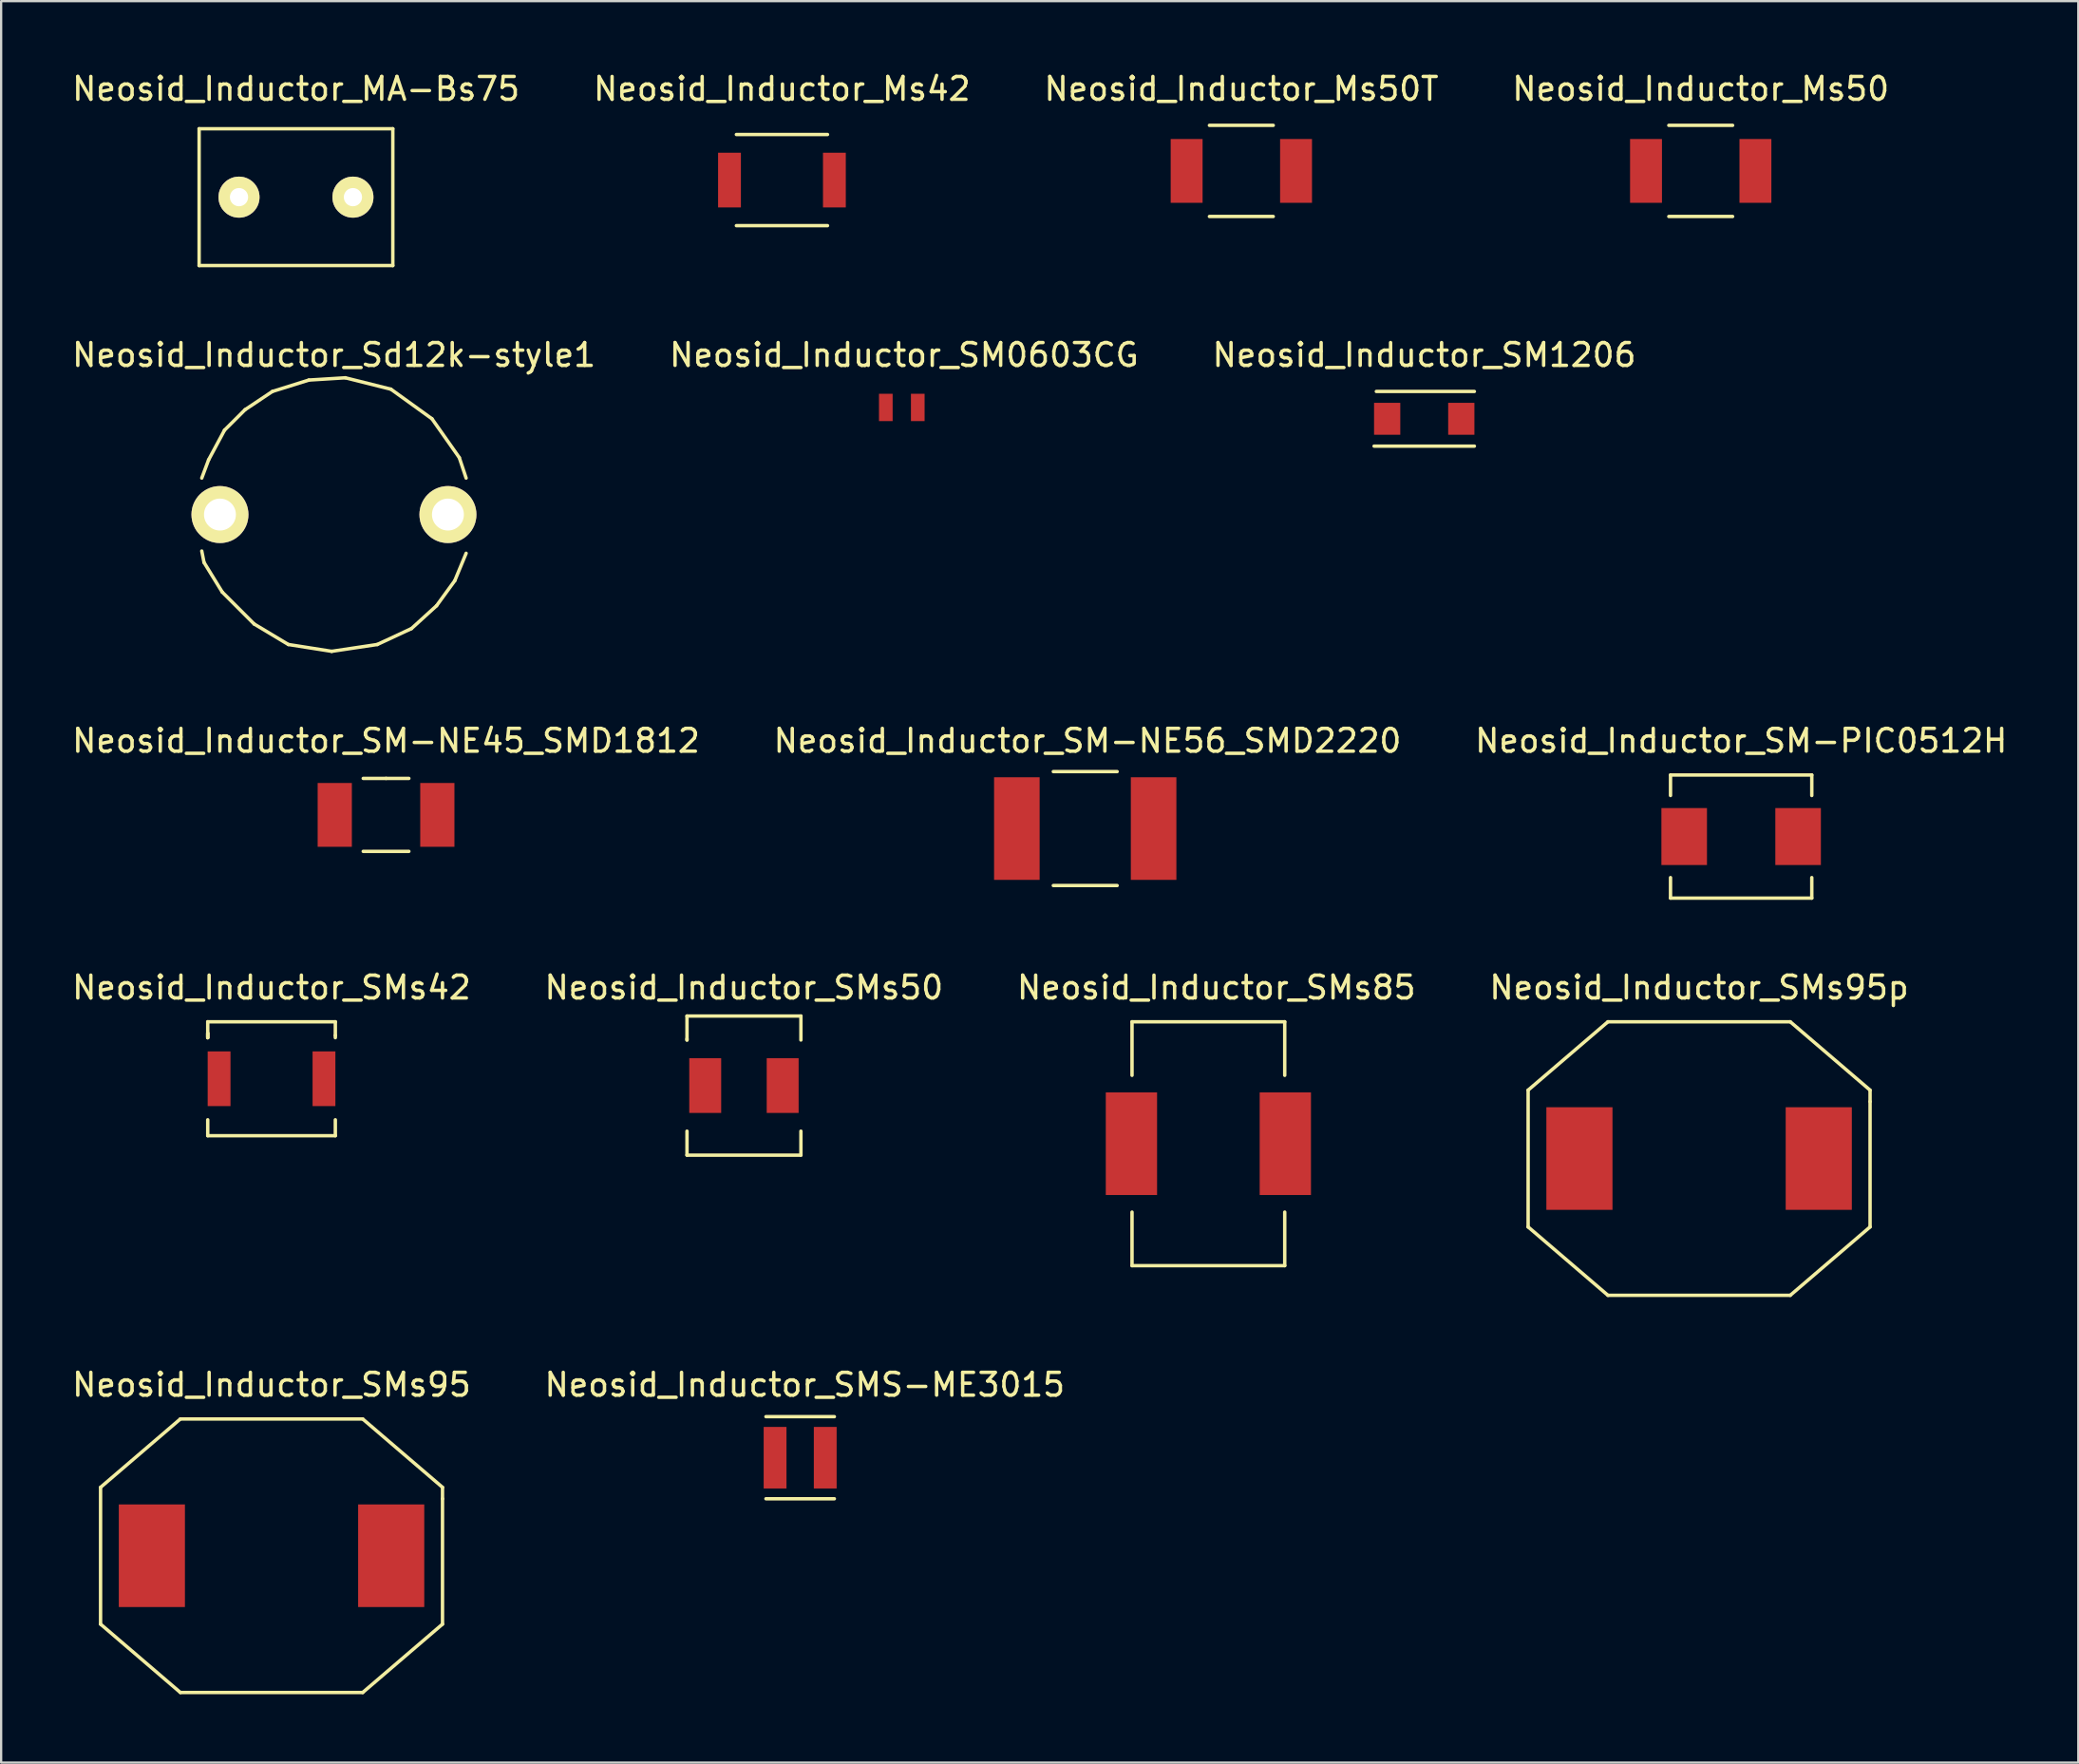
<source format=kicad_pcb>
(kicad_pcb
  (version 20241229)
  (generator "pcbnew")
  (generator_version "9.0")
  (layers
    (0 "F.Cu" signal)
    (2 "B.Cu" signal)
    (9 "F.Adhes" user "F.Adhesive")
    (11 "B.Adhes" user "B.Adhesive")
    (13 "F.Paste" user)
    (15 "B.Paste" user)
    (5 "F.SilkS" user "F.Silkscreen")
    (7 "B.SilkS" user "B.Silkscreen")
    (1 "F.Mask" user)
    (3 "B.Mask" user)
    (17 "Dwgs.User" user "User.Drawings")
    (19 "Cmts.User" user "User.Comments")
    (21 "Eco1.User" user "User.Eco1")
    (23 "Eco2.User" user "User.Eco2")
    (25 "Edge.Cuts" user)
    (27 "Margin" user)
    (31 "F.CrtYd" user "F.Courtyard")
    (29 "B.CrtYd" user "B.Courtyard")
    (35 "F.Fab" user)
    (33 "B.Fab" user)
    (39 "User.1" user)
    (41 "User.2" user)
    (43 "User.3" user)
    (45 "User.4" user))
  (footprint "Neosid_Inductor_SMs42"
    (layer "F.Cu")
    (at 8.863 44.269)
    (property "Reference" "Neosid_Inductor_SMs42" (at 0 -4 0) (layer "F.SilkS") (effects (font (size 1 1) (thickness 0.15))))
    (attr smd)
    (fp_line (start -2.799 -2.499) (end -2.799 -1.801) (stroke (width 0.15) (type solid)) (layer "F.SilkS"))
    (fp_line (start -2.799 -1.999) (end -2.799 -1.801) (stroke (width 0.15) (type solid)) (layer "F.SilkS"))
    (fp_line (start -2.799 -1.801) (end -2.799 -1.999) (stroke (width 0.15) (type solid)) (layer "F.SilkS"))
    (fp_line (start -2.799 2.499) (end -2.799 1.801) (stroke (width 0.15) (type solid)) (layer "F.SilkS"))
    (fp_line (start 2.799 -2.499) (end -2.799 -2.499) (stroke (width 0.15) (type solid)) (layer "F.SilkS"))
    (fp_line (start 2.799 -2.499) (end 2.799 -1.9) (stroke (width 0.15) (type solid)) (layer "F.SilkS"))
    (fp_line (start 2.799 -1.9) (end 2.799 -1.801) (stroke (width 0.15) (type solid)) (layer "F.SilkS"))
    (fp_line (start 2.799 1.801) (end 2.799 2.499) (stroke (width 0.15) (type solid)) (layer "F.SilkS"))
    (fp_line (start 2.799 2.499) (end -2.799 2.499) (stroke (width 0.15) (type solid)) (layer "F.SilkS"))
    (pad "1" smd rect (at -2.301 0) (size 1.001 2.4) (layers "F.Cu" "F.Mask" "F.Paste"))
    (pad "2" smd rect (at 2.301 0) (size 1.001 2.4) (layers "F.Cu" "F.Mask" "F.Paste")))
  (footprint "Neosid_Inductor_Ms42"
    (layer "F.Cu")
    (at 31.256 4.849)
    (property "Reference" "Neosid_Inductor_Ms42" (at 0 -4 0) (layer "F.SilkS") (effects (font (size 1 1) (thickness 0.15))))
    (attr smd)
    (fp_line (start 1.999 -1.999) (end -1.999 -1.999) (stroke (width 0.15) (type solid)) (layer "F.SilkS"))
    (fp_line (start 1.999 1.999) (end -1.999 1.999) (stroke (width 0.15) (type solid)) (layer "F.SilkS"))
    (pad "1" smd rect (at -2.301 0) (size 1.001 2.4) (layers "F.Cu" "F.Mask" "F.Paste"))
    (pad "2" smd rect (at 2.301 0) (size 1.001 2.4) (layers "F.Cu" "F.Mask" "F.Paste")))
  (footprint "Neosid_Inductor_SM-PIC0512H"
    (layer "F.Cu")
    (at 73.339 33.645)
    (property "Reference" "Neosid_Inductor_SM-PIC0512H" (at 0 -4.201 0) (layer "F.SilkS") (effects (font (size 1 1) (thickness 0.15))))
    (attr smd)
    (fp_line (start -3.099 -2.7) (end -3.099 -1.801) (stroke (width 0.15) (type solid)) (layer "F.SilkS"))
    (fp_line (start -3.099 2.7) (end -3.099 1.801) (stroke (width 0.15) (type solid)) (layer "F.SilkS"))
    (fp_line (start 3.099 -2.7) (end -3.099 -2.7) (stroke (width 0.15) (type solid)) (layer "F.SilkS"))
    (fp_line (start 3.099 -2.7) (end 3.099 -1.801) (stroke (width 0.15) (type solid)) (layer "F.SilkS"))
    (fp_line (start 3.099 1.801) (end 3.099 2.7) (stroke (width 0.15) (type solid)) (layer "F.SilkS"))
    (fp_line (start 3.099 2.7) (end -3.099 2.7) (stroke (width 0.15) (type solid)) (layer "F.SilkS"))
    (pad "1" smd rect (at -2.499 0 180) (size 1.999 2.499) (layers "F.Cu" "F.Mask" "F.Paste"))
    (pad "2" smd rect (at 2.499 0 180) (size 1.999 2.499) (layers "F.Cu" "F.Mask" "F.Paste")))
  (footprint "Neosid_Inductor_MA-Bs75"
    (layer "F.Cu")
    (at 9.935 5.598)
    (property "Reference" "Neosid_Inductor_MA-Bs75" (at 0 -4.75 0) (layer "F.SilkS") (effects (font (size 1 1) (thickness 0.15))))
    (attr through_hole)
    (fp_line (start -4.249 -3) (end -4.249 3) (stroke (width 0.15) (type solid)) (layer "F.SilkS"))
    (fp_line (start -4.249 3) (end 4.249 3) (stroke (width 0.15) (type solid)) (layer "F.SilkS"))
    (fp_line (start 4.249 -3) (end -4.249 -3) (stroke (width 0.15) (type solid)) (layer "F.SilkS"))
    (fp_line (start 4.249 3) (end 4.249 -3) (stroke (width 0.15) (type solid)) (layer "F.SilkS"))
    (pad "1" thru_hole circle (at -2.499 0 180) (size 1.801 1.801) (drill 0.8) (layers "*.Cu" "*.Mask" "F.SilkS"))
    (pad "2" thru_hole circle (at 2.499 0 180) (size 1.801 1.801) (drill 0.8) (layers "*.Cu" "*.Mask" "F.SilkS")))
  (footprint "Neosid_Inductor_SMs50"
    (layer "F.Cu")
    (at 29.589 44.569)
    (property "Reference" "Neosid_Inductor_SMs50" (at 0 -4.3 0) (layer "F.SilkS") (effects (font (size 1 1) (thickness 0.15))))
    (attr smd)
    (fp_line (start -2.499 -3.051) (end -2.499 -1.999) (stroke (width 0.15) (type solid)) (layer "F.SilkS"))
    (fp_line (start -2.499 -1.999) (end -2.499 -2.05) (stroke (width 0.15) (type solid)) (layer "F.SilkS"))
    (fp_line (start -2.499 1.999) (end -2.499 3.051) (stroke (width 0.15) (type solid)) (layer "F.SilkS"))
    (fp_line (start -2.499 3.051) (end 2.499 3.051) (stroke (width 0.15) (type solid)) (layer "F.SilkS"))
    (fp_line (start 2.499 -3.051) (end -2.499 -3.051) (stroke (width 0.15) (type solid)) (layer "F.SilkS"))
    (fp_line (start 2.499 -3.051) (end 2.499 -1.999) (stroke (width 0.15) (type solid)) (layer "F.SilkS"))
    (fp_line (start 2.499 3.051) (end 2.499 1.999) (stroke (width 0.15) (type solid)) (layer "F.SilkS"))
    (pad "1" smd rect (at -1.699 0) (size 1.4 2.4) (layers "F.Cu" "F.Mask" "F.Paste"))
    (pad "2" smd rect (at 1.699 0) (size 1.4 2.4) (layers "F.Cu" "F.Mask" "F.Paste")))
  (footprint "Neosid_Inductor_SMs95"
    (layer "F.Cu")
    (at 8.863 65.192)
    (property "Reference" "Neosid_Inductor_SMs95" (at 0 -7.501 0) (layer "F.SilkS") (effects (font (size 1 1) (thickness 0.15))))
    (attr smd)
    (fp_line (start -7.501 -3) (end -7.501 3) (stroke (width 0.15) (type solid)) (layer "F.SilkS"))
    (fp_line (start -7.501 3) (end -4 5.999) (stroke (width 0.15) (type solid)) (layer "F.SilkS"))
    (fp_line (start -4 -5.999) (end -7.501 -3) (stroke (width 0.15) (type solid)) (layer "F.SilkS"))
    (fp_line (start -4 5.999) (end 4 5.999) (stroke (width 0.15) (type solid)) (layer "F.SilkS"))
    (fp_line (start 4 -5.999) (end -4 -5.999) (stroke (width 0.15) (type solid)) (layer "F.SilkS"))
    (fp_line (start 4 5.999) (end 7.501 3) (stroke (width 0.15) (type solid)) (layer "F.SilkS"))
    (fp_line (start 7.501 -3) (end 4 -5.999) (stroke (width 0.15) (type solid)) (layer "F.SilkS"))
    (fp_line (start 7.501 -2.499) (end 7.501 -3) (stroke (width 0.15) (type solid)) (layer "F.SilkS"))
    (fp_line (start 7.501 3) (end 7.501 -2.499) (stroke (width 0.15) (type solid)) (layer "F.SilkS"))
    (pad "1" smd rect (at -5.25 0) (size 2.901 4.501) (layers "F.Cu" "F.Mask" "F.Paste"))
    (pad "2" smd rect (at 5.25 0) (size 2.901 4.501) (layers "F.Cu" "F.Mask" "F.Paste")))
  (footprint "Neosid_Inductor_Ms50T"
    (layer "F.Cu")
    (at 51.411 4.447)
    (property "Reference" "Neosid_Inductor_Ms50T" (at 0 -3.599 0) (layer "F.SilkS") (effects (font (size 1 1) (thickness 0.15))))
    (attr smd)
    (fp_line (start -1.4 1.999) (end 1.4 1.999) (stroke (width 0.15) (type solid)) (layer "F.SilkS"))
    (fp_line (start 1.4 -1.999) (end -1.4 -1.999) (stroke (width 0.15) (type solid)) (layer "F.SilkS"))
    (pad "1" smd rect (at -2.4 0) (size 1.4 2.799) (layers "F.Cu" "F.Mask" "F.Paste"))
    (pad "2" smd rect (at 2.4 0) (size 1.4 2.799) (layers "F.Cu" "F.Mask" "F.Paste")))
  (footprint "Neosid_Inductor_Ms50"
    (layer "F.Cu")
    (at 71.565 4.447)
    (property "Reference" "Neosid_Inductor_Ms50" (at 0 -3.599 0) (layer "F.SilkS") (effects (font (size 1 1) (thickness 0.15))))
    (attr smd)
    (fp_line (start -1.4 1.999) (end 1.4 1.999) (stroke (width 0.15) (type solid)) (layer "F.SilkS"))
    (fp_line (start 1.4 -1.999) (end -1.4 -1.999) (stroke (width 0.15) (type solid)) (layer "F.SilkS"))
    (pad "1" smd rect (at -2.4 0) (size 1.4 2.799) (layers "F.Cu" "F.Mask" "F.Paste"))
    (pad "2" smd rect (at 2.4 0) (size 1.4 2.799) (layers "F.Cu" "F.Mask" "F.Paste")))
  (footprint "Neosid_Inductor_SMs85"
    (layer "F.Cu")
    (at 49.965 47.119)
    (property "Reference" "Neosid_Inductor_SMs85" (at 0.351 -6.85 0) (layer "F.SilkS") (effects (font (size 1 1) (thickness 0.15))))
    (attr smd)
    (fp_line (start -3.35 -5.349) (end -3.35 -3) (stroke (width 0.15) (type solid)) (layer "F.SilkS"))
    (fp_line (start -3.35 5.349) (end -3.35 3) (stroke (width 0.15) (type solid)) (layer "F.SilkS"))
    (fp_line (start 3.35 -5.349) (end -3.35 -5.349) (stroke (width 0.15) (type solid)) (layer "F.SilkS"))
    (fp_line (start 3.35 -5.349) (end 3.35 -3) (stroke (width 0.15) (type solid)) (layer "F.SilkS"))
    (fp_line (start 3.35 3) (end 3.35 5.349) (stroke (width 0.15) (type solid)) (layer "F.SilkS"))
    (fp_line (start 3.35 5.349) (end -3.35 5.349) (stroke (width 0.15) (type solid)) (layer "F.SilkS"))
    (pad "1" smd rect (at -3.376 0) (size 2.25 4.501) (layers "F.Cu" "F.Mask" "F.Paste"))
    (pad "2" smd rect (at 3.376 0) (size 2.25 4.501) (layers "F.Cu" "F.Mask" "F.Paste")))
  (footprint "Neosid_Inductor_SM-NE56_SMD2220"
    (layer "F.Cu")
    (at 44.562 33.295)
    (property "Reference" "Neosid_Inductor_SM-NE56_SMD2220" (at 0.099 -3.851 0) (layer "F.SilkS") (effects (font (size 1 1) (thickness 0.15))))
    (attr smd)
    (fp_line (start 1.4 -2.499) (end -1.4 -2.499) (stroke (width 0.15) (type solid)) (layer "F.SilkS"))
    (fp_line (start 1.4 2.499) (end -1.4 2.499) (stroke (width 0.15) (type solid)) (layer "F.SilkS"))
    (pad "1" smd rect (at -3 0) (size 1.999 4.501) (layers "F.Cu" "F.Mask" "F.Paste"))
    (pad "2" smd rect (at 3 0) (size 1.999 4.501) (layers "F.Cu" "F.Mask" "F.Paste")))
  (footprint "Neosid_Inductor_SMS-ME3015"
    (layer "F.Cu")
    (at 32.055 60.892)
    (property "Reference" "Neosid_Inductor_SMS-ME3015" (at 0.201 -3.2 0) (layer "F.SilkS") (effects (font (size 1 1) (thickness 0.15))))
    (attr smd)
    (fp_line (start 1.501 -1.801) (end -1.501 -1.801) (stroke (width 0.15) (type solid)) (layer "F.SilkS"))
    (fp_line (start 1.501 1.801) (end -1.501 1.801) (stroke (width 0.15) (type solid)) (layer "F.SilkS"))
    (pad "1" smd rect (at -1.1 0) (size 1.001 2.7) (layers "F.Cu" "F.Mask" "F.Paste"))
    (pad "2" smd rect (at 1.1 0) (size 1.001 2.7) (layers "F.Cu" "F.Mask" "F.Paste")))
  (footprint "Neosid_Inductor_SM-NE45_SMD1812"
    (layer "F.Cu")
    (at 13.887 32.695)
    (property "Reference" "Neosid_Inductor_SM-NE45_SMD1812" (at 0 -3.251 0) (layer "F.SilkS") (effects (font (size 1 1) (thickness 0.15))))
    (attr smd)
    (fp_line (start -1.001 1.6) (end 1.001 1.6) (stroke (width 0.15) (type solid)) (layer "F.SilkS"))
    (fp_line (start 0 -1.6) (end -1.001 -1.6) (stroke (width 0.15) (type solid)) (layer "F.SilkS"))
    (fp_line (start 0 -1.6) (end 1.001 -1.6) (stroke (width 0.15) (type solid)) (layer "F.SilkS"))
    (pad "1" smd rect (at -2.25 0) (size 1.501 2.799) (layers "F.Cu" "F.Mask" "F.Paste"))
    (pad "2" smd rect (at 2.25 0) (size 1.501 2.799) (layers "F.Cu" "F.Mask" "F.Paste")))
  (footprint "Neosid_Inductor_SM0603CG"
    (layer "F.Cu")
    (at 36.514 14.822)
    (property "Reference" "Neosid_Inductor_SM0603CG" (at 0.099 -2.301 0) (layer "F.SilkS") (effects (font (size 1 1) (thickness 0.15))))
    (attr smd)
    (pad "1" smd rect (at -0.701 0) (size 0.599 1.199) (layers "F.Cu" "F.Mask" "F.Paste"))
    (pad "2" smd rect (at 0.701 0) (size 0.599 1.199) (layers "F.Cu" "F.Mask" "F.Paste")))
  (footprint "Neosid_Inductor_SMs95p"
    (layer "F.Cu")
    (at 71.494 47.769)
    (property "Reference" "Neosid_Inductor_SMs95p" (at 0 -7.501 0) (layer "F.SilkS") (effects (font (size 1 1) (thickness 0.15))))
    (attr smd)
    (fp_line (start -7.501 -3) (end -7.501 3) (stroke (width 0.15) (type solid)) (layer "F.SilkS"))
    (fp_line (start -7.501 3) (end -4 5.999) (stroke (width 0.15) (type solid)) (layer "F.SilkS"))
    (fp_line (start -4 -5.999) (end -7.501 -3) (stroke (width 0.15) (type solid)) (layer "F.SilkS"))
    (fp_line (start -4 5.999) (end 4 5.999) (stroke (width 0.15) (type solid)) (layer "F.SilkS"))
    (fp_line (start 4 -5.999) (end -4 -5.999) (stroke (width 0.15) (type solid)) (layer "F.SilkS"))
    (fp_line (start 4 5.999) (end 7.501 3) (stroke (width 0.15) (type solid)) (layer "F.SilkS"))
    (fp_line (start 7.501 -3) (end 4 -5.999) (stroke (width 0.15) (type solid)) (layer "F.SilkS"))
    (fp_line (start 7.501 -2.499) (end 7.501 -3) (stroke (width 0.15) (type solid)) (layer "F.SilkS"))
    (fp_line (start 7.501 3) (end 7.501 -2.499) (stroke (width 0.15) (type solid)) (layer "F.SilkS"))
    (pad "1" smd rect (at -5.25 0) (size 2.901 4.501) (layers "F.Cu" "F.Mask" "F.Paste"))
    (pad "2" smd rect (at 5.25 0) (size 2.901 4.501) (layers "F.Cu" "F.Mask" "F.Paste")))
  (footprint "Neosid_Inductor_SM1206"
    (layer "F.Cu")
    (at 59.435 15.32)
    (property "Reference" "Neosid_Inductor_SM1206" (at 0 -2.799 0) (layer "F.SilkS") (effects (font (size 1 1) (thickness 0.15))))
    (attr smd)
    (fp_line (start 2.2 -1.199) (end -2.101 -1.199) (stroke (width 0.15) (type solid)) (layer "F.SilkS"))
    (fp_line (start 2.2 1.199) (end -2.2 1.199) (stroke (width 0.15) (type solid)) (layer "F.SilkS"))
    (pad "1" smd rect (at -1.626 0) (size 1.151 1.4) (layers "F.Cu" "F.Mask" "F.Paste"))
    (pad "2" smd rect (at 1.626 0) (size 1.151 1.4) (layers "F.Cu" "F.Mask" "F.Paste")))
  (footprint "Neosid_Inductor_Sd12k-style1"
    (layer "F.Cu")
    (at 11.601 19.521)
    (property "Reference" "Neosid_Inductor_Sd12k-style1" (at 0 -7 0) (layer "F.SilkS") (effects (font (size 1 1) (thickness 0.15))))
    (attr through_hole)
    (fp_line (start -5.799 -1.6) (end -5.499 -2.4) (stroke (width 0.15) (type solid)) (layer "F.SilkS"))
    (fp_line (start -5.7 2.101) (end -5.799 1.6) (stroke (width 0.15) (type solid)) (layer "F.SilkS"))
    (fp_line (start -5.499 -2.4) (end -4.801 -3.701) (stroke (width 0.15) (type solid)) (layer "F.SilkS"))
    (fp_line (start -4.9 3.401) (end -5.7 2.101) (stroke (width 0.15) (type solid)) (layer "F.SilkS"))
    (fp_line (start -4.801 -3.701) (end -3.899 -4.6) (stroke (width 0.15) (type solid)) (layer "F.SilkS"))
    (fp_line (start -3.899 -4.6) (end -2.7 -5.4) (stroke (width 0.15) (type solid)) (layer "F.SilkS"))
    (fp_line (start -3.5 4.801) (end -4.9 3.401) (stroke (width 0.15) (type solid)) (layer "F.SilkS"))
    (fp_line (start -2.7 -5.4) (end -1.1 -5.9) (stroke (width 0.15) (type solid)) (layer "F.SilkS"))
    (fp_line (start -1.999 5.7) (end -3.5 4.801) (stroke (width 0.15) (type solid)) (layer "F.SilkS"))
    (fp_line (start -1.1 -5.9) (end 0.5 -5.999) (stroke (width 0.15) (type solid)) (layer "F.SilkS"))
    (fp_line (start -0.099 5.999) (end -1.999 5.7) (stroke (width 0.15) (type solid)) (layer "F.SilkS"))
    (fp_line (start 0.5 -5.999) (end 2.499 -5.499) (stroke (width 0.15) (type solid)) (layer "F.SilkS"))
    (fp_line (start 1.9 5.7) (end -0.099 5.999) (stroke (width 0.15) (type solid)) (layer "F.SilkS"))
    (fp_line (start 2.499 -5.499) (end 4.3 -4.201) (stroke (width 0.15) (type solid)) (layer "F.SilkS"))
    (fp_line (start 3.401 5.001) (end 1.9 5.7) (stroke (width 0.15) (type solid)) (layer "F.SilkS"))
    (fp_line (start 4.3 -4.201) (end 5.499 -2.499) (stroke (width 0.15) (type solid)) (layer "F.SilkS"))
    (fp_line (start 4.501 4) (end 3.401 5.001) (stroke (width 0.15) (type solid)) (layer "F.SilkS"))
    (fp_line (start 5.301 2.901) (end 4.501 4) (stroke (width 0.15) (type solid)) (layer "F.SilkS"))
    (fp_line (start 5.499 -2.499) (end 5.799 -1.6) (stroke (width 0.15) (type solid)) (layer "F.SilkS"))
    (fp_line (start 5.799 1.699) (end 5.301 2.901) (stroke (width 0.15) (type solid)) (layer "F.SilkS"))
    (pad "1" thru_hole circle (at -5.001 0) (size 2.499 2.499) (drill 1.4) (layers "*.Cu" "*.Mask" "F.SilkS"))
    (pad "2" thru_hole circle (at 5.001 0) (size 2.499 2.499) (drill 1.4) (layers "*.Cu" "*.Mask" "F.SilkS")))
  (gr_rect
    (start -3 -3)
    (end 88.131 74.267)
    (stroke (width 0.1) (type default))
    (fill no)
    (layer "Edge.Cuts")))
</source>
